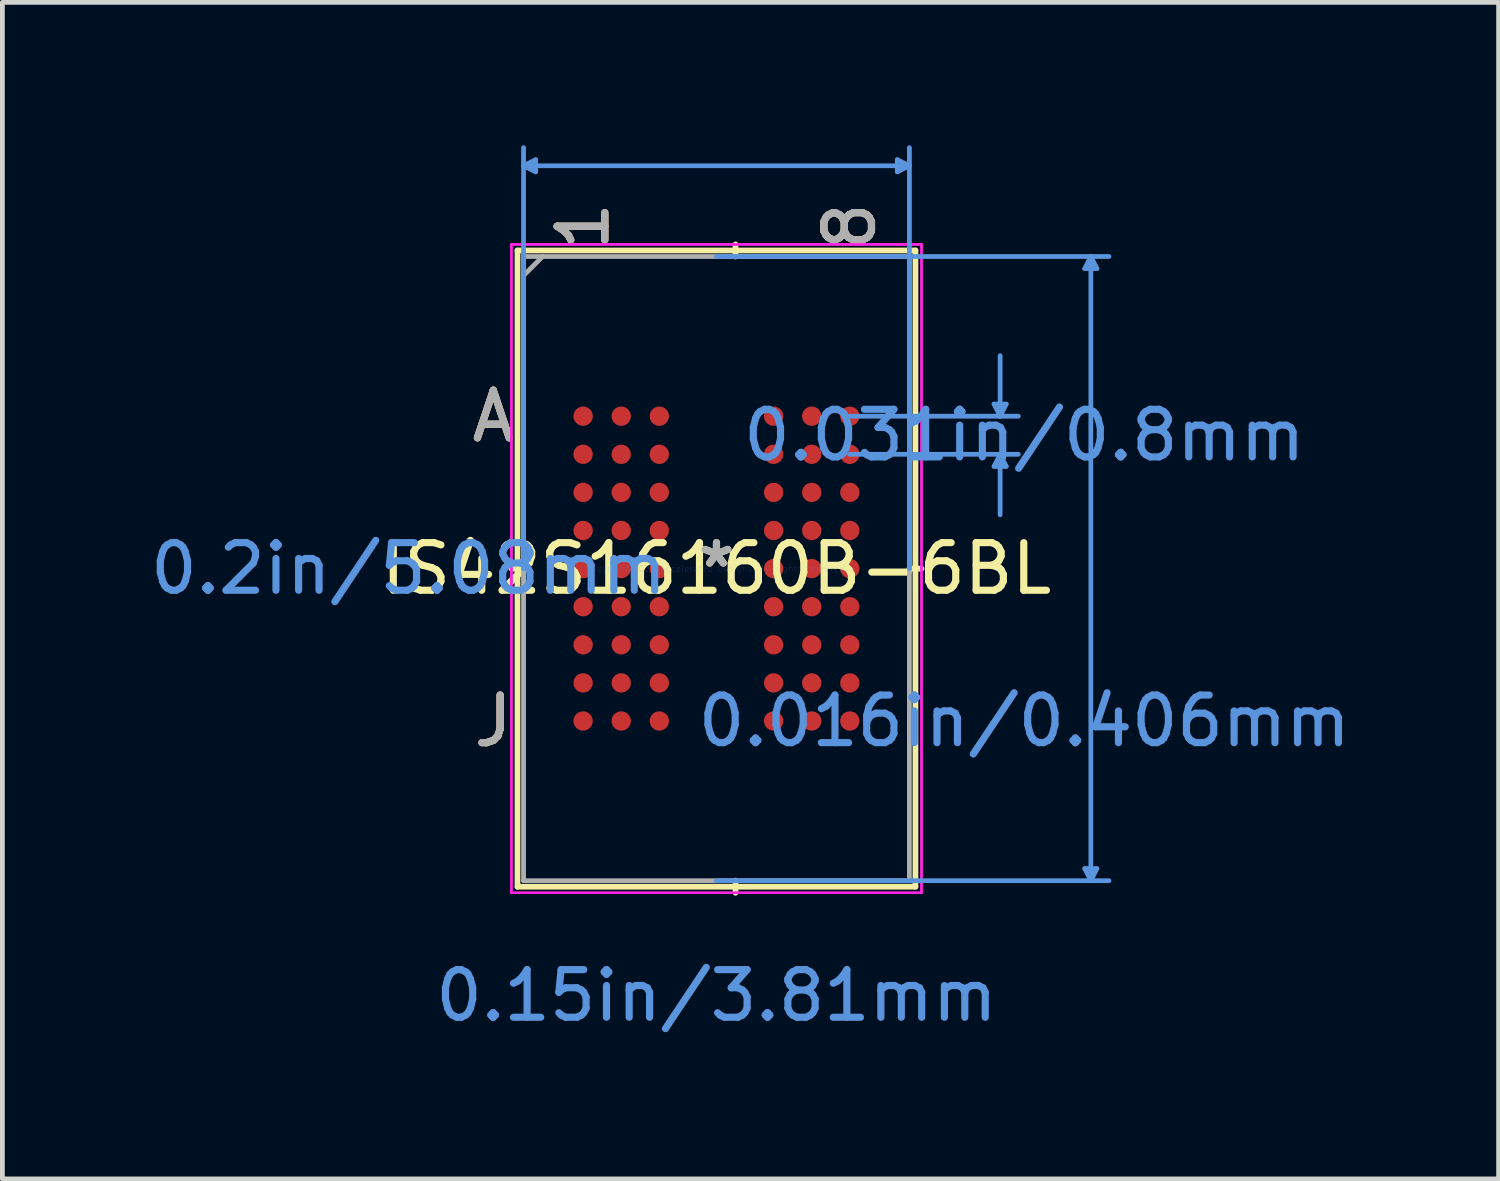
<source format=kicad_pcb>
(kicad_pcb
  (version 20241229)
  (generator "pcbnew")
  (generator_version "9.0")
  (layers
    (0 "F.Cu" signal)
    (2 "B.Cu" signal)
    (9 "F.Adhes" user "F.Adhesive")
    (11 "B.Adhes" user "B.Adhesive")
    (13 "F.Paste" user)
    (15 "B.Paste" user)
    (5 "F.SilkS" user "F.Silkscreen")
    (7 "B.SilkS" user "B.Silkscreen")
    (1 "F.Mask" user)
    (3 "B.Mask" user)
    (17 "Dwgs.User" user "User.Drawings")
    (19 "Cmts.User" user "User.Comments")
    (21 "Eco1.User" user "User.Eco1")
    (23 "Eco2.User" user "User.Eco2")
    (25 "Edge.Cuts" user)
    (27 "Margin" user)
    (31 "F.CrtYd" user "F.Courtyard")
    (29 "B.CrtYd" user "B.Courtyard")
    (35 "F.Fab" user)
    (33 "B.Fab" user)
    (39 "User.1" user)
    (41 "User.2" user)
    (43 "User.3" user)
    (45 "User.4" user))
  (footprint "IS42S16160B-6BL"
    (layer "F.Cu")
    (at 11.994 8.889)
    (property "Reference" "IS42S16160B-6BL" (at 0 0 0) (layer "F.SilkS") (effects (font (size 1 1) (thickness 0.15))))
    (attr through_hole)
    (fp_line (start -4.178 -6.68) (end -4.178 6.68) (stroke (width 0.12) (type solid)) (layer "F.SilkS"))
    (fp_line (start -4.178 6.68) (end 4.178 6.68) (stroke (width 0.12) (type solid)) (layer "F.SilkS"))
    (fp_line (start -4.051 0) (end -4.305 0) (stroke (width 0.12) (type solid)) (layer "F.SilkS"))
    (fp_line (start 0.4 -6.553) (end 0.4 -6.807) (stroke (width 0.12) (type solid)) (layer "F.SilkS"))
    (fp_line (start 0.4 6.553) (end 0.4 6.807) (stroke (width 0.12) (type solid)) (layer "F.SilkS"))
    (fp_line (start 4.051 0) (end 4.305 0) (stroke (width 0.12) (type solid)) (layer "F.SilkS"))
    (fp_line (start 4.178 -6.68) (end -4.178 -6.68) (stroke (width 0.12) (type solid)) (layer "F.SilkS"))
    (fp_line (start 4.178 6.68) (end 4.178 -6.68) (stroke (width 0.12) (type solid)) (layer "F.SilkS"))
    (fp_line (start -4.051 -8.458) (end -3.797 -8.585) (stroke (width 0.1) (type solid)) (layer "Cmts.User"))
    (fp_line (start -4.051 -8.458) (end -3.797 -8.331) (stroke (width 0.1) (type solid)) (layer "Cmts.User"))
    (fp_line (start -4.051 -8.458) (end 4.051 -8.458) (stroke (width 0.1) (type solid)) (layer "Cmts.User"))
    (fp_line (start -4.051 0) (end -4.051 -8.839) (stroke (width 0.1) (type solid)) (layer "Cmts.User"))
    (fp_line (start -3.797 -8.585) (end -3.797 -8.331) (stroke (width 0.1) (type solid)) (layer "Cmts.User"))
    (fp_line (start 0 -6.553) (end 8.242 -6.553) (stroke (width 0.1) (type solid)) (layer "Cmts.User"))
    (fp_line (start 0 6.553) (end 8.242 6.553) (stroke (width 0.1) (type solid)) (layer "Cmts.User"))
    (fp_line (start 2.8 -3.2) (end 6.337 -3.2) (stroke (width 0.1) (type solid)) (layer "Cmts.User"))
    (fp_line (start 2.8 -2.4) (end 6.337 -2.4) (stroke (width 0.1) (type solid)) (layer "Cmts.User"))
    (fp_line (start 3.797 -8.585) (end 3.797 -8.331) (stroke (width 0.1) (type solid)) (layer "Cmts.User"))
    (fp_line (start 4.051 -8.458) (end 3.797 -8.585) (stroke (width 0.1) (type solid)) (layer "Cmts.User"))
    (fp_line (start 4.051 -8.458) (end 3.797 -8.331) (stroke (width 0.1) (type solid)) (layer "Cmts.User"))
    (fp_line (start 4.051 0) (end 4.051 -8.839) (stroke (width 0.1) (type solid)) (layer "Cmts.User"))
    (fp_line (start 5.829 -3.454) (end 6.083 -3.454) (stroke (width 0.1) (type solid)) (layer "Cmts.User"))
    (fp_line (start 5.829 -2.146) (end 6.083 -2.146) (stroke (width 0.1) (type solid)) (layer "Cmts.User"))
    (fp_line (start 5.956 -3.2) (end 5.829 -3.454) (stroke (width 0.1) (type solid)) (layer "Cmts.User"))
    (fp_line (start 5.956 -3.2) (end 5.956 -4.47) (stroke (width 0.1) (type solid)) (layer "Cmts.User"))
    (fp_line (start 5.956 -3.2) (end 6.083 -3.454) (stroke (width 0.1) (type solid)) (layer "Cmts.User"))
    (fp_line (start 5.956 -2.4) (end 5.829 -2.146) (stroke (width 0.1) (type solid)) (layer "Cmts.User"))
    (fp_line (start 5.956 -2.4) (end 5.956 -1.13) (stroke (width 0.1) (type solid)) (layer "Cmts.User"))
    (fp_line (start 5.956 -2.4) (end 6.083 -2.146) (stroke (width 0.1) (type solid)) (layer "Cmts.User"))
    (fp_line (start 7.734 -6.299) (end 7.988 -6.299) (stroke (width 0.1) (type solid)) (layer "Cmts.User"))
    (fp_line (start 7.734 6.299) (end 7.988 6.299) (stroke (width 0.1) (type solid)) (layer "Cmts.User"))
    (fp_line (start 7.861 -6.553) (end 7.734 -6.299) (stroke (width 0.1) (type solid)) (layer "Cmts.User"))
    (fp_line (start 7.861 -6.553) (end 7.861 6.553) (stroke (width 0.1) (type solid)) (layer "Cmts.User"))
    (fp_line (start 7.861 -6.553) (end 7.988 -6.299) (stroke (width 0.1) (type solid)) (layer "Cmts.User"))
    (fp_line (start 7.861 6.553) (end 7.734 6.299) (stroke (width 0.1) (type solid)) (layer "Cmts.User"))
    (fp_line (start 7.861 6.553) (end 7.988 6.299) (stroke (width 0.1) (type solid)) (layer "Cmts.User"))
    (fp_line (start -4.305 -6.807) (end 4.305 -6.807) (stroke (width 0.05) (type solid)) (layer "F.CrtYd"))
    (fp_line (start -4.305 -6.807) (end 4.305 -6.807) (stroke (width 0.05) (type solid)) (layer "F.CrtYd"))
    (fp_line (start -4.305 6.807) (end -4.305 -6.807) (stroke (width 0.05) (type solid)) (layer "F.CrtYd"))
    (fp_line (start -4.305 6.807) (end -4.305 -6.807) (stroke (width 0.05) (type solid)) (layer "F.CrtYd"))
    (fp_line (start 4.305 -6.807) (end 4.305 6.807) (stroke (width 0.05) (type solid)) (layer "F.CrtYd"))
    (fp_line (start 4.305 -6.807) (end 4.305 6.807) (stroke (width 0.05) (type solid)) (layer "F.CrtYd"))
    (fp_line (start 4.305 6.807) (end -4.305 6.807) (stroke (width 0.05) (type solid)) (layer "F.CrtYd"))
    (fp_line (start 4.305 6.807) (end -4.305 6.807) (stroke (width 0.05) (type solid)) (layer "F.CrtYd"))
    (fp_line (start -4.051 -6.553) (end -4.051 6.553) (stroke (width 0.1) (type solid)) (layer "F.Fab"))
    (fp_line (start -4.051 6.553) (end 4.051 6.553) (stroke (width 0.1) (type solid)) (layer "F.Fab"))
    (fp_line (start -3.651 -6.553) (end -4.051 -6.153) (stroke (width 0.1) (type solid)) (layer "F.Fab"))
    (fp_line (start 4.051 -6.553) (end -4.051 -6.553) (stroke (width 0.1) (type solid)) (layer "F.Fab"))
    (fp_line (start 4.051 6.553) (end 4.051 -6.553) (stroke (width 0.1) (type solid)) (layer "F.Fab"))
    (fp_text user "1" (at -2.8 -7.188 90) (layer "F.SilkS") (effects (font (size 1 1) (thickness 0.15))))
    (fp_text user "J" (at -4.686 3.2 0) (layer "F.SilkS") (effects (font (size 1 1) (thickness 0.15))))
    (fp_text user "8" (at 2.8 -7.188 90) (layer "F.SilkS") (effects (font (size 1 1) (thickness 0.15))))
    (fp_text user "A" (at -4.686 -3.2 0) (layer "F.SilkS") (effects (font (size 1 1) (thickness 0.15))))
    (fp_text user "*" (at 0 0 0) (layer "F.SilkS") (effects (font (size 1 1) (thickness 0.15))))
    (fp_text user "1" (at -2.8 -7.188 90) (layer "B.SilkS") (effects (font (size 1 1) (thickness 0.15))))
    (fp_text user "A" (at -4.686 -3.2 0) (layer "B.SilkS") (effects (font (size 1 1) (thickness 0.15))))
    (fp_text user "8" (at 2.8 -7.188 90) (layer "B.SilkS") (effects (font (size 1 1) (thickness 0.15))))
    (fp_text user "J" (at -4.686 3.2 0) (layer "B.SilkS") (effects (font (size 1 1) (thickness 0.15))))
    (fp_text user "0.031in/0.8mm" (at 6.464 -2.8 0) (layer "Cmts.User") (effects (font (size 1 1) (thickness 0.15))))
    (fp_text user "0.016in/0.406mm" (at 6.464 3.2 0) (layer "Cmts.User") (effects (font (size 1 1) (thickness 0.15))))
    (fp_text user "0.15in/3.81mm" (at 0 8.966 0) (layer "Cmts.User") (effects (font (size 1 1) (thickness 0.15))))
    (fp_text user "Copyright 2021 Accelerated Designs. All rights reserved." (at 0 0 0) (layer "Cmts.User") (effects (font (size 0.127 0.127) (thickness 0.002))))
    (fp_text user "0.2in/5.08mm" (at -6.464 0 0) (layer "Cmts.User") (effects (font (size 1 1) (thickness 0.15))))
    (fp_text user "A" (at -4.686 -3.2 0) (layer "F.Fab") (effects (font (size 1 1) (thickness 0.15))))
    (fp_text user "*" (at 0 0 0) (layer "F.Fab") (effects (font (size 1 1) (thickness 0.15))))
    (fp_text user "J" (at -4.686 3.2 0) (layer "F.Fab") (effects (font (size 1 1) (thickness 0.15))))
    (fp_text user "8" (at 2.8 -7.188 90) (layer "F.Fab") (effects (font (size 1 1) (thickness 0.15))))
    (fp_text user "1" (at -2.8 -7.188 90) (layer "F.Fab") (effects (font (size 1 1) (thickness 0.15))))
    (pad "A1" smd circle (at -2.8 -3.2) (size 0.406 0.406) (layers "F.Cu" "F.Mask" "F.Paste"))
    (pad "A2" smd circle (at -2 -3.2) (size 0.406 0.406) (layers "F.Cu" "F.Mask" "F.Paste"))
    (pad "A3" smd circle (at -1.2 -3.2) (size 0.406 0.406) (layers "F.Cu" "F.Mask" "F.Paste"))
    (pad "A6" smd circle (at 1.2 -3.2) (size 0.406 0.406) (layers "F.Cu" "F.Mask" "F.Paste"))
    (pad "A7" smd circle (at 2 -3.2) (size 0.406 0.406) (layers "F.Cu" "F.Mask" "F.Paste"))
    (pad "A8" smd circle (at 2.8 -3.2) (size 0.406 0.406) (layers "F.Cu" "F.Mask" "F.Paste"))
    (pad "B1" smd circle (at -2.8 -2.4) (size 0.406 0.406) (layers "F.Cu" "F.Mask" "F.Paste"))
    (pad "B2" smd circle (at -2 -2.4) (size 0.406 0.406) (layers "F.Cu" "F.Mask" "F.Paste"))
    (pad "B3" smd circle (at -1.2 -2.4) (size 0.406 0.406) (layers "F.Cu" "F.Mask" "F.Paste"))
    (pad "B6" smd circle (at 1.2 -2.4) (size 0.406 0.406) (layers "F.Cu" "F.Mask" "F.Paste"))
    (pad "B7" smd circle (at 2 -2.4) (size 0.406 0.406) (layers "F.Cu" "F.Mask" "F.Paste"))
    (pad "B8" smd circle (at 2.8 -2.4) (size 0.406 0.406) (layers "F.Cu" "F.Mask" "F.Paste"))
    (pad "C1" smd circle (at -2.8 -1.6) (size 0.406 0.406) (layers "F.Cu" "F.Mask" "F.Paste"))
    (pad "C2" smd circle (at -2 -1.6) (size 0.406 0.406) (layers "F.Cu" "F.Mask" "F.Paste"))
    (pad "C3" smd circle (at -1.2 -1.6) (size 0.406 0.406) (layers "F.Cu" "F.Mask" "F.Paste"))
    (pad "C6" smd circle (at 1.2 -1.6) (size 0.406 0.406) (layers "F.Cu" "F.Mask" "F.Paste"))
    (pad "C7" smd circle (at 2 -1.6) (size 0.406 0.406) (layers "F.Cu" "F.Mask" "F.Paste"))
    (pad "C8" smd circle (at 2.8 -1.6) (size 0.406 0.406) (layers "F.Cu" "F.Mask" "F.Paste"))
    (pad "D1" smd circle (at -2.8 -0.8) (size 0.406 0.406) (layers "F.Cu" "F.Mask" "F.Paste"))
    (pad "D2" smd circle (at -2 -0.8) (size 0.406 0.406) (layers "F.Cu" "F.Mask" "F.Paste"))
    (pad "D3" smd circle (at -1.2 -0.8) (size 0.406 0.406) (layers "F.Cu" "F.Mask" "F.Paste"))
    (pad "D6" smd circle (at 1.2 -0.8) (size 0.406 0.406) (layers "F.Cu" "F.Mask" "F.Paste"))
    (pad "D7" smd circle (at 2 -0.8) (size 0.406 0.406) (layers "F.Cu" "F.Mask" "F.Paste"))
    (pad "D8" smd circle (at 2.8 -0.8) (size 0.406 0.406) (layers "F.Cu" "F.Mask" "F.Paste"))
    (pad "E1" smd circle (at -2.8 0) (size 0.406 0.406) (layers "F.Cu" "F.Mask" "F.Paste"))
    (pad "E2" smd circle (at -2 0) (size 0.406 0.406) (layers "F.Cu" "F.Mask" "F.Paste"))
    (pad "E3" smd circle (at -1.2 0) (size 0.406 0.406) (layers "F.Cu" "F.Mask" "F.Paste"))
    (pad "E6" smd circle (at 1.2 0) (size 0.406 0.406) (layers "F.Cu" "F.Mask" "F.Paste"))
    (pad "E7" smd circle (at 2 0) (size 0.406 0.406) (layers "F.Cu" "F.Mask" "F.Paste"))
    (pad "E8" smd circle (at 2.8 0) (size 0.406 0.406) (layers "F.Cu" "F.Mask" "F.Paste"))
    (pad "F1" smd circle (at -2.8 0.8) (size 0.406 0.406) (layers "F.Cu" "F.Mask" "F.Paste"))
    (pad "F2" smd circle (at -2 0.8) (size 0.406 0.406) (layers "F.Cu" "F.Mask" "F.Paste"))
    (pad "F3" smd circle (at -1.2 0.8) (size 0.406 0.406) (layers "F.Cu" "F.Mask" "F.Paste"))
    (pad "F6" smd circle (at 1.2 0.8) (size 0.406 0.406) (layers "F.Cu" "F.Mask" "F.Paste"))
    (pad "F7" smd circle (at 2 0.8) (size 0.406 0.406) (layers "F.Cu" "F.Mask" "F.Paste"))
    (pad "F8" smd circle (at 2.8 0.8) (size 0.406 0.406) (layers "F.Cu" "F.Mask" "F.Paste"))
    (pad "G1" smd circle (at -2.8 1.6) (size 0.406 0.406) (layers "F.Cu" "F.Mask" "F.Paste"))
    (pad "G2" smd circle (at -2 1.6) (size 0.406 0.406) (layers "F.Cu" "F.Mask" "F.Paste"))
    (pad "G3" smd circle (at -1.2 1.6) (size 0.406 0.406) (layers "F.Cu" "F.Mask" "F.Paste"))
    (pad "G6" smd circle (at 1.2 1.6) (size 0.406 0.406) (layers "F.Cu" "F.Mask" "F.Paste"))
    (pad "G7" smd circle (at 2 1.6) (size 0.406 0.406) (layers "F.Cu" "F.Mask" "F.Paste"))
    (pad "G8" smd circle (at 2.8 1.6) (size 0.406 0.406) (layers "F.Cu" "F.Mask" "F.Paste"))
    (pad "H1" smd circle (at -2.8 2.4) (size 0.406 0.406) (layers "F.Cu" "F.Mask" "F.Paste"))
    (pad "H2" smd circle (at -2 2.4) (size 0.406 0.406) (layers "F.Cu" "F.Mask" "F.Paste"))
    (pad "H3" smd circle (at -1.2 2.4) (size 0.406 0.406) (layers "F.Cu" "F.Mask" "F.Paste"))
    (pad "H6" smd circle (at 1.2 2.4) (size 0.406 0.406) (layers "F.Cu" "F.Mask" "F.Paste"))
    (pad "H7" smd circle (at 2 2.4) (size 0.406 0.406) (layers "F.Cu" "F.Mask" "F.Paste"))
    (pad "H8" smd circle (at 2.8 2.4) (size 0.406 0.406) (layers "F.Cu" "F.Mask" "F.Paste"))
    (pad "J1" smd circle (at -2.8 3.2) (size 0.406 0.406) (layers "F.Cu" "F.Mask" "F.Paste"))
    (pad "J2" smd circle (at -2 3.2) (size 0.406 0.406) (layers "F.Cu" "F.Mask" "F.Paste"))
    (pad "J3" smd circle (at -1.2 3.2) (size 0.406 0.406) (layers "F.Cu" "F.Mask" "F.Paste"))
    (pad "J6" smd circle (at 1.2 3.2) (size 0.406 0.406) (layers "F.Cu" "F.Mask" "F.Paste"))
    (pad "J7" smd circle (at 2 3.2) (size 0.406 0.406) (layers "F.Cu" "F.Mask" "F.Paste"))
    (pad "J8" smd circle (at 2.8 3.2) (size 0.406 0.406) (layers "F.Cu" "F.Mask" "F.Paste")))
  (gr_rect
    (start -3 -3)
    (end 28.417 21.704)
    (stroke (width 0.1) (type default))
    (fill no)
    (layer "Edge.Cuts")))
</source>
